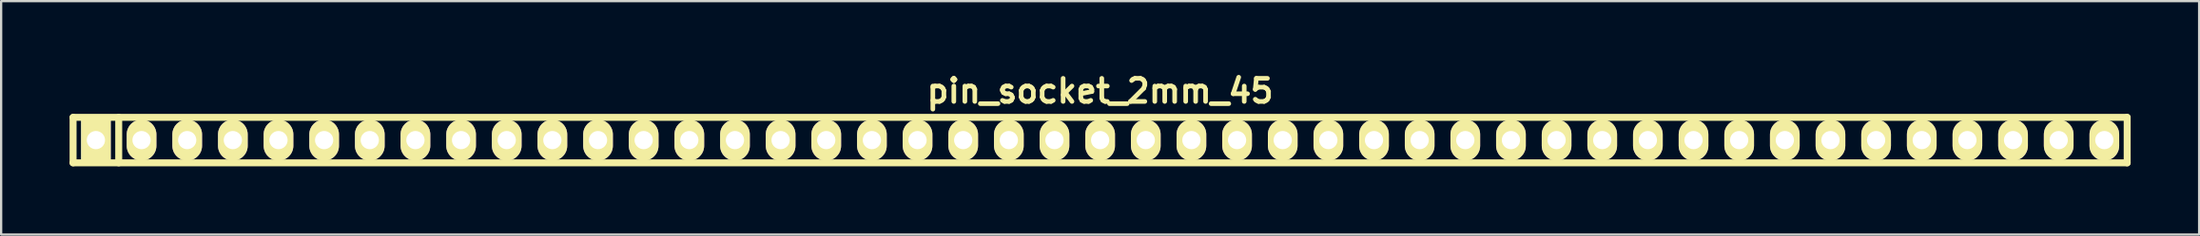
<source format=kicad_pcb>
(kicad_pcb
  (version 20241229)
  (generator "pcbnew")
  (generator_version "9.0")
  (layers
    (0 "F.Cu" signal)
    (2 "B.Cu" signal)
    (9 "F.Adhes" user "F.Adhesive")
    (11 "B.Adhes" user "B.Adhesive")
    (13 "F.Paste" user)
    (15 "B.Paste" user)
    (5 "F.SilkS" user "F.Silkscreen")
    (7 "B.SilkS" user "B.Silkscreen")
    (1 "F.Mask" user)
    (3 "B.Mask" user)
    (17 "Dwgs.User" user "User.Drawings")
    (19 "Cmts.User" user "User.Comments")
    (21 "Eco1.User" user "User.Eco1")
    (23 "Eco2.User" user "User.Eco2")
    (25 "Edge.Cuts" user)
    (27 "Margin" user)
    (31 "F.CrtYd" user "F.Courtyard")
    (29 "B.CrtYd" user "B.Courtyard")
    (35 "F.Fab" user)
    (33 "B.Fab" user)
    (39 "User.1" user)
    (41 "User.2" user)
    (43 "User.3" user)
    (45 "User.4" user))
  (footprint "pin_socket_2mm_45"
    (layer "F.Cu")
    (at 45.152 3.11)
    (property "Reference" "pin_socket_2mm_45" (at 0 -2.159 0) (layer "F.SilkS") (effects (font (size 1.016 1.016) (thickness 0.203))))
    (attr through_hole)
    (fp_line (start -45 -1) (end 45 -1) (stroke (width 0.305) (type solid)) (layer "F.SilkS"))
    (fp_line (start -45 1) (end -45 -1) (stroke (width 0.305) (type solid)) (layer "F.SilkS"))
    (fp_line (start -43 -1) (end -43 1) (stroke (width 0.305) (type solid)) (layer "F.SilkS"))
    (fp_line (start 45 -1) (end 45 1) (stroke (width 0.305) (type solid)) (layer "F.SilkS"))
    (fp_line (start 45 1) (end -45 1) (stroke (width 0.305) (type solid)) (layer "F.SilkS"))
    (pad "1" thru_hole rect (at -44 0) (size 1.3 1.8) (drill 0.8) (layers "*.Cu" "*.Mask" "F.SilkS"))
    (pad "2" thru_hole oval (at -42 0) (size 1.3 1.8) (drill 0.8) (layers "*.Cu" "*.Mask" "F.SilkS"))
    (pad "3" thru_hole oval (at -40 0) (size 1.3 1.8) (drill 0.8) (layers "*.Cu" "*.Mask" "F.SilkS"))
    (pad "4" thru_hole oval (at -38 0) (size 1.3 1.8) (drill 0.8) (layers "*.Cu" "*.Mask" "F.SilkS"))
    (pad "5" thru_hole oval (at -36 0) (size 1.3 1.8) (drill 0.8) (layers "*.Cu" "*.Mask" "F.SilkS"))
    (pad "6" thru_hole oval (at -34 0) (size 1.3 1.8) (drill 0.8) (layers "*.Cu" "*.Mask" "F.SilkS"))
    (pad "7" thru_hole oval (at -32 0) (size 1.3 1.8) (drill 0.8) (layers "*.Cu" "*.Mask" "F.SilkS"))
    (pad "8" thru_hole oval (at -30 0) (size 1.3 1.8) (drill 0.8) (layers "*.Cu" "*.Mask" "F.SilkS"))
    (pad "9" thru_hole oval (at -28 0) (size 1.3 1.8) (drill 0.8) (layers "*.Cu" "*.Mask" "F.SilkS"))
    (pad "10" thru_hole oval (at -26 0) (size 1.3 1.8) (drill 0.8) (layers "*.Cu" "*.Mask" "F.SilkS"))
    (pad "11" thru_hole oval (at -24 0) (size 1.3 1.8) (drill 0.8) (layers "*.Cu" "*.Mask" "F.SilkS"))
    (pad "12" thru_hole oval (at -22 0) (size 1.3 1.8) (drill 0.8) (layers "*.Cu" "*.Mask" "F.SilkS"))
    (pad "13" thru_hole oval (at -20 0) (size 1.3 1.8) (drill 0.8) (layers "*.Cu" "*.Mask" "F.SilkS"))
    (pad "14" thru_hole oval (at -18 0) (size 1.3 1.8) (drill 0.8) (layers "*.Cu" "*.Mask" "F.SilkS"))
    (pad "15" thru_hole oval (at -16 0) (size 1.3 1.8) (drill 0.8) (layers "*.Cu" "*.Mask" "F.SilkS"))
    (pad "16" thru_hole oval (at -14 0) (size 1.3 1.8) (drill 0.8) (layers "*.Cu" "*.Mask" "F.SilkS"))
    (pad "17" thru_hole oval (at -12 0) (size 1.3 1.8) (drill 0.8) (layers "*.Cu" "*.Mask" "F.SilkS"))
    (pad "18" thru_hole oval (at -10 0) (size 1.3 1.8) (drill 0.8) (layers "*.Cu" "*.Mask" "F.SilkS"))
    (pad "19" thru_hole oval (at -8 0) (size 1.3 1.8) (drill 0.8) (layers "*.Cu" "*.Mask" "F.SilkS"))
    (pad "20" thru_hole oval (at -6 0) (size 1.3 1.8) (drill 0.8) (layers "*.Cu" "*.Mask" "F.SilkS"))
    (pad "21" thru_hole oval (at -4 0) (size 1.3 1.8) (drill 0.8) (layers "*.Cu" "*.Mask" "F.SilkS"))
    (pad "22" thru_hole oval (at -2 0) (size 1.3 1.8) (drill 0.8) (layers "*.Cu" "*.Mask" "F.SilkS"))
    (pad "23" thru_hole oval (at 0 0) (size 1.3 1.8) (drill 0.8) (layers "*.Cu" "*.Mask" "F.SilkS"))
    (pad "24" thru_hole oval (at 2 0) (size 1.3 1.8) (drill 0.8) (layers "*.Cu" "*.Mask" "F.SilkS"))
    (pad "25" thru_hole oval (at 4 0) (size 1.3 1.8) (drill 0.8) (layers "*.Cu" "*.Mask" "F.SilkS"))
    (pad "26" thru_hole oval (at 6 0) (size 1.3 1.8) (drill 0.8) (layers "*.Cu" "*.Mask" "F.SilkS"))
    (pad "27" thru_hole oval (at 8 0) (size 1.3 1.8) (drill 0.8) (layers "*.Cu" "*.Mask" "F.SilkS"))
    (pad "28" thru_hole oval (at 10 0) (size 1.3 1.8) (drill 0.8) (layers "*.Cu" "*.Mask" "F.SilkS"))
    (pad "29" thru_hole oval (at 12 0) (size 1.3 1.8) (drill 0.8) (layers "*.Cu" "*.Mask" "F.SilkS"))
    (pad "30" thru_hole oval (at 14 0) (size 1.3 1.8) (drill 0.8) (layers "*.Cu" "*.Mask" "F.SilkS"))
    (pad "31" thru_hole oval (at 16 0) (size 1.3 1.8) (drill 0.8) (layers "*.Cu" "*.Mask" "F.SilkS"))
    (pad "32" thru_hole oval (at 18 0) (size 1.3 1.8) (drill 0.8) (layers "*.Cu" "*.Mask" "F.SilkS"))
    (pad "33" thru_hole oval (at 20 0) (size 1.3 1.8) (drill 0.8) (layers "*.Cu" "*.Mask" "F.SilkS"))
    (pad "34" thru_hole oval (at 22 0) (size 1.3 1.8) (drill 0.8) (layers "*.Cu" "*.Mask" "F.SilkS"))
    (pad "35" thru_hole oval (at 24 0) (size 1.3 1.8) (drill 0.8) (layers "*.Cu" "*.Mask" "F.SilkS"))
    (pad "36" thru_hole oval (at 26 0) (size 1.3 1.8) (drill 0.8) (layers "*.Cu" "*.Mask" "F.SilkS"))
    (pad "37" thru_hole oval (at 28 0) (size 1.3 1.8) (drill 0.8) (layers "*.Cu" "*.Mask" "F.SilkS"))
    (pad "38" thru_hole oval (at 30 0) (size 1.3 1.8) (drill 0.8) (layers "*.Cu" "*.Mask" "F.SilkS"))
    (pad "39" thru_hole oval (at 32 0) (size 1.3 1.8) (drill 0.8) (layers "*.Cu" "*.Mask" "F.SilkS"))
    (pad "40" thru_hole oval (at 34 0) (size 1.3 1.8) (drill 0.8) (layers "*.Cu" "*.Mask" "F.SilkS"))
    (pad "41" thru_hole oval (at 36 0) (size 1.3 1.8) (drill 0.8) (layers "*.Cu" "*.Mask" "F.SilkS"))
    (pad "42" thru_hole oval (at 38 0) (size 1.3 1.8) (drill 0.8) (layers "*.Cu" "*.Mask" "F.SilkS"))
    (pad "43" thru_hole oval (at 40 0) (size 1.3 1.8) (drill 0.8) (layers "*.Cu" "*.Mask" "F.SilkS"))
    (pad "44" thru_hole oval (at 42 0) (size 1.3 1.8) (drill 0.8) (layers "*.Cu" "*.Mask" "F.SilkS"))
    (pad "45" thru_hole oval (at 44 0) (size 1.3 1.8) (drill 0.8) (layers "*.Cu" "*.Mask" "F.SilkS")))
  (gr_rect
    (start -3 -3)
    (end 93.305 7.262)
    (stroke (width 0.1) (type default))
    (fill no)
    (layer "Edge.Cuts")))
</source>
